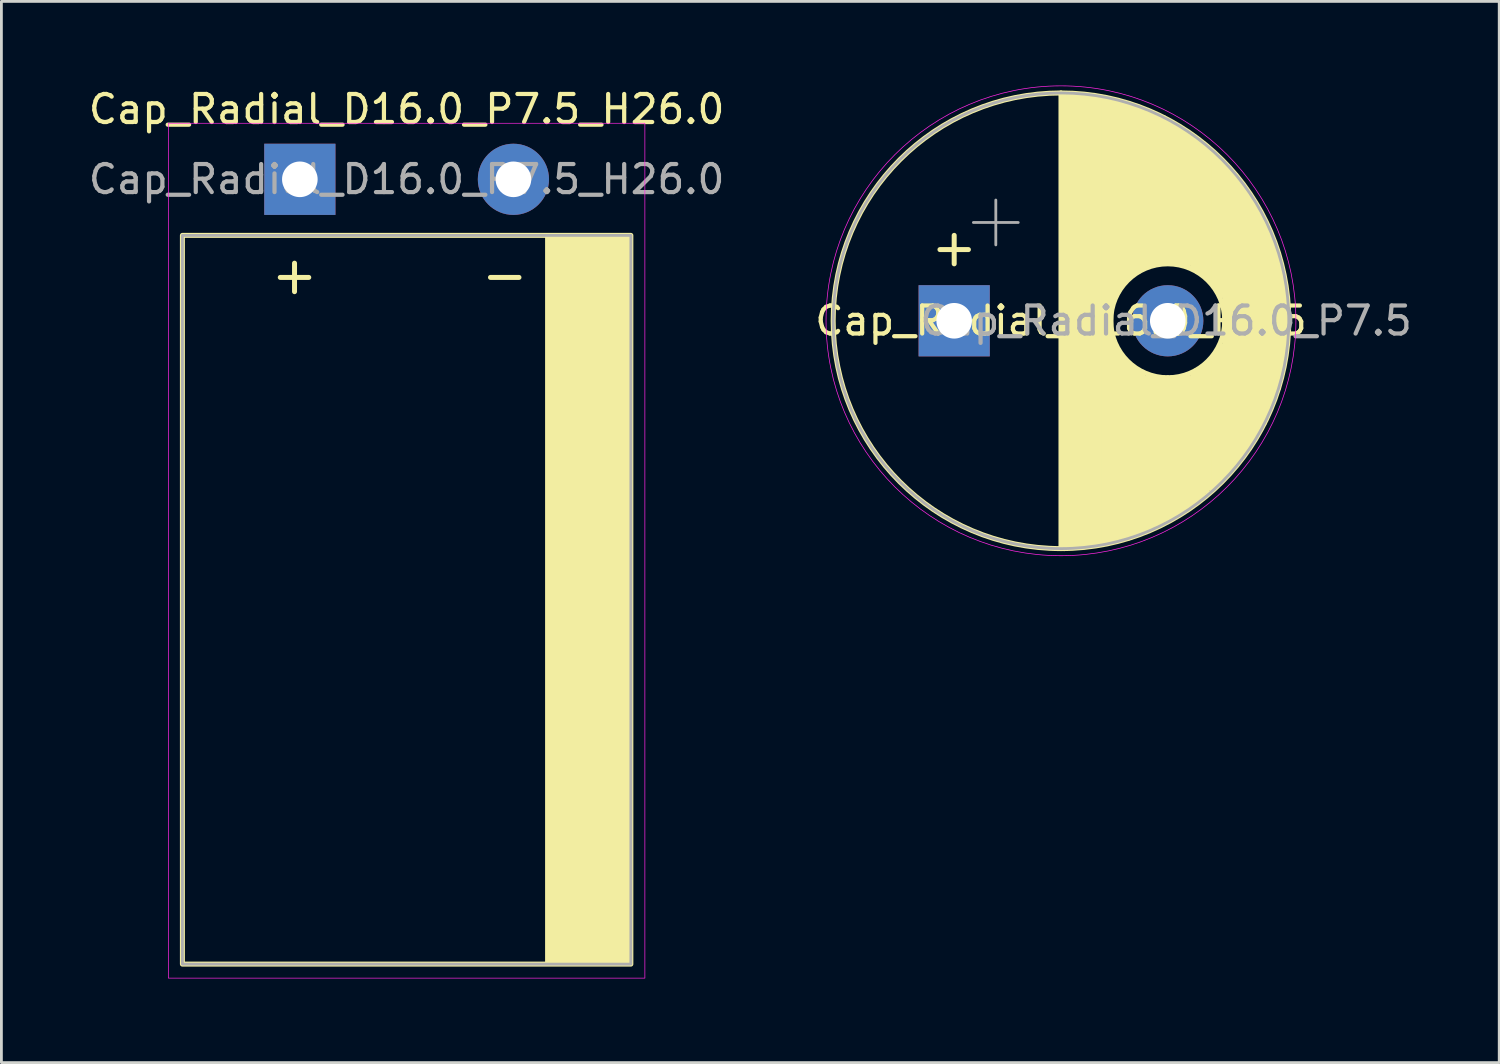
<source format=kicad_pcb>
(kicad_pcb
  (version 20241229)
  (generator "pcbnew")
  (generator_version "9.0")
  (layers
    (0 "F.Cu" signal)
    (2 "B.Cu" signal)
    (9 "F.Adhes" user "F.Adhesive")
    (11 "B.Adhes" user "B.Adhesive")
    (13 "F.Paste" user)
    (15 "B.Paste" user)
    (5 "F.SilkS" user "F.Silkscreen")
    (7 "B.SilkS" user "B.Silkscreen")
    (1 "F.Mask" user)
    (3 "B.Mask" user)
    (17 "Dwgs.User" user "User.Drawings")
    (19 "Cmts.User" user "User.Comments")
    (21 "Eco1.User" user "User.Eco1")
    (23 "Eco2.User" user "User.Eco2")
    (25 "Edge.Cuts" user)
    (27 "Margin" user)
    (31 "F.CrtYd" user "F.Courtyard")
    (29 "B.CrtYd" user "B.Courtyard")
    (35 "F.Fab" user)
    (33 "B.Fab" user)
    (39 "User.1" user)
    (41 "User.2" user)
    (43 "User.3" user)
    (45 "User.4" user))
  (footprint "Cap_Radial_D16.0_P7.5_H26.0"
    (layer "F.Cu")
    (at 11.458 3.348)
    (property "Reference" "Cap_Radial_D16.0_P7.5_H26.0" (at 0 -2.5 0) (layer "F.SilkS") (effects (font (size 1 1) (thickness 0.15))))
    (attr through_hole)
    (fp_line (start -4.508 3.5) (end -3.492 3.5) (stroke (width 0.178) (type solid)) (layer "F.SilkS"))
    (fp_line (start -4 2.992) (end -4 4.008) (stroke (width 0.178) (type solid)) (layer "F.SilkS"))
    (fp_line (start 2.992 3.5) (end 4.008 3.5) (stroke (width 0.178) (type solid)) (layer "F.SilkS"))
    (fp_rect (start -8 2) (end 8 28) (stroke (width 0.178) (type solid)) (fill no) (layer "F.SilkS"))
    (fp_rect (start 8 2) (end 5 28) (stroke (width 0.12) (type solid)) (fill yes) (layer "F.SilkS"))
    (fp_rect (start -8.5 28.5) (end 8.5 -2) (stroke (width 0.025) (type solid)) (fill no) (layer "F.CrtYd"))
    (fp_rect (start -8 2) (end 8 28) (stroke (width 0.1) (type solid)) (fill no) (layer "F.Fab"))
    (fp_text user "${REFERENCE}" (at 0 0 0) (layer "F.Fab") (effects (font (size 1 1) (thickness 0.15))))
    (pad "N" thru_hole circle (at 3.81 0) (size 2.54 2.54) (drill 1.27) (layers "*.Cu" "*.Mask"))
    (pad "P" thru_hole rect (at -3.81 0) (size 2.54 2.54) (drill 1.27) (layers "*.Cu" "*.Mask")))
  (footprint "Cap_Radial_D16.0_P7.5"
    (layer "F.Cu")
    (at 34.804 8.395)
    (property "Reference" "Cap_Radial_D16.0_P7.5" (at 0 0 0) (layer "F.SilkS") (effects (font (size 1 1) (thickness 0.15))))
    (attr through_hole)
    (fp_line (start -4.318 -2.54) (end -3.302 -2.54) (stroke (width 0.178) (type solid)) (layer "F.SilkS"))
    (fp_line (start -3.81 -3.048) (end -3.81 -2.032) (stroke (width 0.178) (type solid)) (layer "F.SilkS"))
    (fp_line (start 0 -8.128) (end 0 8.128) (stroke (width 0.178) (type solid)) (layer "F.SilkS"))
    (fp_line (start 0.127 -8.001) (end 0.127 8.128) (stroke (width 0.178) (type solid)) (layer "F.SilkS"))
    (fp_line (start 0.254 -8.001) (end 0.254 8.001) (stroke (width 0.178) (type solid)) (layer "F.SilkS"))
    (fp_line (start 0.381 -8.001) (end 0.381 8.001) (stroke (width 0.178) (type solid)) (layer "F.SilkS"))
    (fp_line (start 0.508 -8.001) (end 0.508 8.001) (stroke (width 0.178) (type solid)) (layer "F.SilkS"))
    (fp_line (start 0.635 -8.001) (end 0.635 8.001) (stroke (width 0.178) (type solid)) (layer "F.SilkS"))
    (fp_line (start 0.762 -8.001) (end 0.762 8.001) (stroke (width 0.178) (type solid)) (layer "F.SilkS"))
    (fp_line (start 0.889 -8.001) (end 0.889 8.001) (stroke (width 0.178) (type solid)) (layer "F.SilkS"))
    (fp_line (start 1.016 -8.001) (end 1.016 8.001) (stroke (width 0.178) (type solid)) (layer "F.SilkS"))
    (fp_line (start 1.143 -8.001) (end 1.143 8.001) (stroke (width 0.178) (type solid)) (layer "F.SilkS"))
    (fp_line (start 1.27 -8.001) (end 1.27 8.001) (stroke (width 0.178) (type solid)) (layer "F.SilkS"))
    (fp_line (start 1.397 -7.874) (end 1.397 7.874) (stroke (width 0.178) (type solid)) (layer "F.SilkS"))
    (fp_line (start 1.524 -7.874) (end 1.524 7.874) (stroke (width 0.178) (type solid)) (layer "F.SilkS"))
    (fp_line (start 1.651 -7.874) (end 1.651 7.874) (stroke (width 0.178) (type solid)) (layer "F.SilkS"))
    (fp_line (start 1.778 -7.874) (end 1.778 7.874) (stroke (width 0.178) (type solid)) (layer "F.SilkS"))
    (fp_line (start 1.905 -7.874) (end 1.905 -0.889) (stroke (width 0.178) (type solid)) (layer "F.SilkS"))
    (fp_line (start 1.905 0.889) (end 1.905 7.874) (stroke (width 0.178) (type solid)) (layer "F.SilkS"))
    (fp_line (start 2.032 -7.747) (end 2.032 -1.016) (stroke (width 0.178) (type solid)) (layer "F.SilkS"))
    (fp_line (start 2.032 1.016) (end 2.032 7.747) (stroke (width 0.178) (type solid)) (layer "F.SilkS"))
    (fp_line (start 2.159 -7.747) (end 2.159 -1.27) (stroke (width 0.178) (type solid)) (layer "F.SilkS"))
    (fp_line (start 2.159 1.27) (end 2.159 7.747) (stroke (width 0.178) (type solid)) (layer "F.SilkS"))
    (fp_line (start 2.286 -7.747) (end 2.286 -1.397) (stroke (width 0.178) (type solid)) (layer "F.SilkS"))
    (fp_line (start 2.286 1.397) (end 2.286 7.747) (stroke (width 0.178) (type solid)) (layer "F.SilkS"))
    (fp_line (start 2.413 -7.747) (end 2.413 -1.524) (stroke (width 0.178) (type solid)) (layer "F.SilkS"))
    (fp_line (start 2.413 1.524) (end 2.413 7.747) (stroke (width 0.178) (type solid)) (layer "F.SilkS"))
    (fp_line (start 2.54 -7.62) (end 2.54 -1.651) (stroke (width 0.178) (type solid)) (layer "F.SilkS"))
    (fp_line (start 2.54 1.651) (end 2.54 7.62) (stroke (width 0.178) (type solid)) (layer "F.SilkS"))
    (fp_line (start 2.667 -7.62) (end 2.667 -1.778) (stroke (width 0.178) (type solid)) (layer "F.SilkS"))
    (fp_line (start 2.667 1.778) (end 2.667 7.62) (stroke (width 0.178) (type solid)) (layer "F.SilkS"))
    (fp_line (start 2.794 -7.62) (end 2.794 -1.778) (stroke (width 0.178) (type solid)) (layer "F.SilkS"))
    (fp_line (start 2.794 1.778) (end 2.794 7.493) (stroke (width 0.178) (type solid)) (layer "F.SilkS"))
    (fp_line (start 2.921 -7.493) (end 2.921 -1.905) (stroke (width 0.178) (type solid)) (layer "F.SilkS"))
    (fp_line (start 2.921 1.905) (end 2.921 7.493) (stroke (width 0.178) (type solid)) (layer "F.SilkS"))
    (fp_line (start 3.048 -7.493) (end 3.048 -1.905) (stroke (width 0.178) (type solid)) (layer "F.SilkS"))
    (fp_line (start 3.048 2.032) (end 3.048 7.493) (stroke (width 0.178) (type solid)) (layer "F.SilkS"))
    (fp_line (start 3.175 -7.366) (end 3.175 -2.032) (stroke (width 0.178) (type solid)) (layer "F.SilkS"))
    (fp_line (start 3.175 2.032) (end 3.175 7.366) (stroke (width 0.178) (type solid)) (layer "F.SilkS"))
    (fp_line (start 3.302 -7.366) (end 3.302 -2.095) (stroke (width 0.178) (type solid)) (layer "F.SilkS"))
    (fp_line (start 3.302 2.032) (end 3.302 7.366) (stroke (width 0.178) (type solid)) (layer "F.SilkS"))
    (fp_line (start 3.429 -7.239) (end 3.429 -2.095) (stroke (width 0.178) (type solid)) (layer "F.SilkS"))
    (fp_line (start 3.429 2.032) (end 3.429 7.239) (stroke (width 0.178) (type solid)) (layer "F.SilkS"))
    (fp_line (start 3.556 -7.239) (end 3.556 -2.095) (stroke (width 0.178) (type solid)) (layer "F.SilkS"))
    (fp_line (start 3.556 2.032) (end 3.556 7.239) (stroke (width 0.178) (type solid)) (layer "F.SilkS"))
    (fp_line (start 3.683 -7.239) (end 3.683 -2.095) (stroke (width 0.178) (type solid)) (layer "F.SilkS"))
    (fp_line (start 3.683 2.032) (end 3.683 7.112) (stroke (width 0.178) (type solid)) (layer "F.SilkS"))
    (fp_line (start 3.81 -7.112) (end 3.81 -2.095) (stroke (width 0.178) (type solid)) (layer "F.SilkS"))
    (fp_line (start 3.81 2.032) (end 3.81 7.112) (stroke (width 0.178) (type solid)) (layer "F.SilkS"))
    (fp_line (start 3.937 -6.985) (end 3.937 -2.095) (stroke (width 0.178) (type solid)) (layer "F.SilkS"))
    (fp_line (start 3.937 2.032) (end 3.937 6.985) (stroke (width 0.178) (type solid)) (layer "F.SilkS"))
    (fp_line (start 4.064 -6.985) (end 4.064 -2.095) (stroke (width 0.178) (type solid)) (layer "F.SilkS"))
    (fp_line (start 4.064 2.032) (end 4.064 6.985) (stroke (width 0.178) (type solid)) (layer "F.SilkS"))
    (fp_line (start 4.191 -6.858) (end 4.191 -2.095) (stroke (width 0.178) (type solid)) (layer "F.SilkS"))
    (fp_line (start 4.191 2.032) (end 4.191 6.858) (stroke (width 0.178) (type solid)) (layer "F.SilkS"))
    (fp_line (start 4.318 -6.858) (end 4.318 -2.095) (stroke (width 0.178) (type solid)) (layer "F.SilkS"))
    (fp_line (start 4.318 2.032) (end 4.318 6.858) (stroke (width 0.178) (type solid)) (layer "F.SilkS"))
    (fp_line (start 4.445 -6.731) (end 4.445 -2.032) (stroke (width 0.178) (type solid)) (layer "F.SilkS"))
    (fp_line (start 4.445 2.032) (end 4.445 6.731) (stroke (width 0.178) (type solid)) (layer "F.SilkS"))
    (fp_line (start 4.572 -6.604) (end 4.572 -2.032) (stroke (width 0.178) (type solid)) (layer "F.SilkS"))
    (fp_line (start 4.572 2.032) (end 4.572 6.604) (stroke (width 0.178) (type solid)) (layer "F.SilkS"))
    (fp_line (start 4.699 -6.604) (end 4.699 -1.905) (stroke (width 0.178) (type solid)) (layer "F.SilkS"))
    (fp_line (start 4.699 1.905) (end 4.699 6.604) (stroke (width 0.178) (type solid)) (layer "F.SilkS"))
    (fp_line (start 4.826 -6.477) (end 4.826 -1.778) (stroke (width 0.178) (type solid)) (layer "F.SilkS"))
    (fp_line (start 4.826 1.778) (end 4.826 6.477) (stroke (width 0.178) (type solid)) (layer "F.SilkS"))
    (fp_line (start 4.953 -6.35) (end 4.953 -1.778) (stroke (width 0.178) (type solid)) (layer "F.SilkS"))
    (fp_line (start 4.953 1.778) (end 4.953 6.35) (stroke (width 0.178) (type solid)) (layer "F.SilkS"))
    (fp_line (start 5.08 -6.223) (end 5.08 -1.651) (stroke (width 0.178) (type solid)) (layer "F.SilkS"))
    (fp_line (start 5.08 1.651) (end 5.08 6.223) (stroke (width 0.178) (type solid)) (layer "F.SilkS"))
    (fp_line (start 5.207 -6.223) (end 5.207 -1.524) (stroke (width 0.178) (type solid)) (layer "F.SilkS"))
    (fp_line (start 5.207 1.524) (end 5.207 6.096) (stroke (width 0.178) (type solid)) (layer "F.SilkS"))
    (fp_line (start 5.334 -6.096) (end 5.334 -1.397) (stroke (width 0.178) (type solid)) (layer "F.SilkS"))
    (fp_line (start 5.334 1.397) (end 5.334 5.969) (stroke (width 0.178) (type solid)) (layer "F.SilkS"))
    (fp_line (start 5.461 -5.969) (end 5.461 -1.27) (stroke (width 0.178) (type solid)) (layer "F.SilkS"))
    (fp_line (start 5.461 1.27) (end 5.461 5.969) (stroke (width 0.178) (type solid)) (layer "F.SilkS"))
    (fp_line (start 5.588 -5.842) (end 5.588 -1.016) (stroke (width 0.178) (type solid)) (layer "F.SilkS"))
    (fp_line (start 5.588 1.143) (end 5.588 5.842) (stroke (width 0.178) (type solid)) (layer "F.SilkS"))
    (fp_line (start 5.715 -5.715) (end 5.715 -0.889) (stroke (width 0.178) (type solid)) (layer "F.SilkS"))
    (fp_line (start 5.715 0.889) (end 5.715 5.715) (stroke (width 0.178) (type solid)) (layer "F.SilkS"))
    (fp_line (start 5.842 -5.588) (end 5.842 5.588) (stroke (width 0.178) (type solid)) (layer "F.SilkS"))
    (fp_line (start 5.969 -5.461) (end 5.969 5.461) (stroke (width 0.178) (type solid)) (layer "F.SilkS"))
    (fp_line (start 6.096 -5.334) (end 6.096 5.334) (stroke (width 0.178) (type solid)) (layer "F.SilkS"))
    (fp_line (start 6.223 -5.207) (end 6.223 5.08) (stroke (width 0.178) (type solid)) (layer "F.SilkS"))
    (fp_line (start 6.35 -4.953) (end 6.35 4.953) (stroke (width 0.178) (type solid)) (layer "F.SilkS"))
    (fp_line (start 6.477 -4.826) (end 6.477 4.826) (stroke (width 0.178) (type solid)) (layer "F.SilkS"))
    (fp_line (start 6.604 -4.699) (end 6.604 4.572) (stroke (width 0.178) (type solid)) (layer "F.SilkS"))
    (fp_line (start 6.731 -4.445) (end 6.731 4.445) (stroke (width 0.178) (type solid)) (layer "F.SilkS"))
    (fp_line (start 6.858 -4.318) (end 6.858 4.191) (stroke (width 0.178) (type solid)) (layer "F.SilkS"))
    (fp_line (start 6.985 -4.064) (end 6.985 4.064) (stroke (width 0.178) (type solid)) (layer "F.SilkS"))
    (fp_line (start 7.112 -3.81) (end 7.112 3.81) (stroke (width 0.178) (type solid)) (layer "F.SilkS"))
    (fp_line (start 7.239 -3.556) (end 7.239 3.683) (stroke (width 0.178) (type solid)) (layer "F.SilkS"))
    (fp_line (start 7.366 -3.302) (end 7.366 3.302) (stroke (width 0.178) (type solid)) (layer "F.SilkS"))
    (fp_line (start 7.493 -3.048) (end 7.493 3.048) (stroke (width 0.178) (type solid)) (layer "F.SilkS"))
    (fp_line (start 7.62 -2.667) (end 7.62 2.667) (stroke (width 0.178) (type solid)) (layer "F.SilkS"))
    (fp_line (start 7.747 -2.286) (end 7.747 2.413) (stroke (width 0.178) (type solid)) (layer "F.SilkS"))
    (fp_line (start 7.874 -1.905) (end 7.874 1.905) (stroke (width 0.178) (type solid)) (layer "F.SilkS"))
    (fp_line (start 8.001 -1.143) (end 8.001 1.27) (stroke (width 0.178) (type solid)) (layer "F.SilkS"))
    (fp_circle (center 0 0) (end 8.128 0) (stroke (width 0.178) (type solid)) (fill no) (layer "F.SilkS"))
    (fp_circle (center 3.81 0) (end 5.842 0) (stroke (width 0.178) (type solid)) (fill no) (layer "F.SilkS"))
    (fp_circle (center 0 0) (end 8.382 0) (stroke (width 0.025) (type solid)) (fill no) (layer "F.CrtYd"))
    (fp_line (start -3.125 -3.507) (end -1.525 -3.507) (stroke (width 0.1) (type solid)) (layer "F.Fab"))
    (fp_line (start -2.325 -4.308) (end -2.325 -2.708) (stroke (width 0.1) (type solid)) (layer "F.Fab"))
    (fp_circle (center 0 0) (end 8.128 0) (stroke (width 0.1) (type solid)) (fill no) (layer "F.Fab"))
    (fp_text user "${REFERENCE}" (at 3.75 0 0) (layer "F.Fab") (effects (font (size 1 1) (thickness 0.15))))
    (pad "N" thru_hole circle (at 3.81 0) (size 2.54 2.54) (drill 1.27) (layers "*.Cu" "*.Mask"))
    (pad "P" thru_hole rect (at -3.81 0) (size 2.54 2.54) (drill 1.27) (layers "*.Cu" "*.Mask")))
  (gr_rect
    (start -3 -3)
    (end 50.44 34.861)
    (stroke (width 0.1) (type default))
    (fill no)
    (layer "Edge.Cuts")))
</source>
